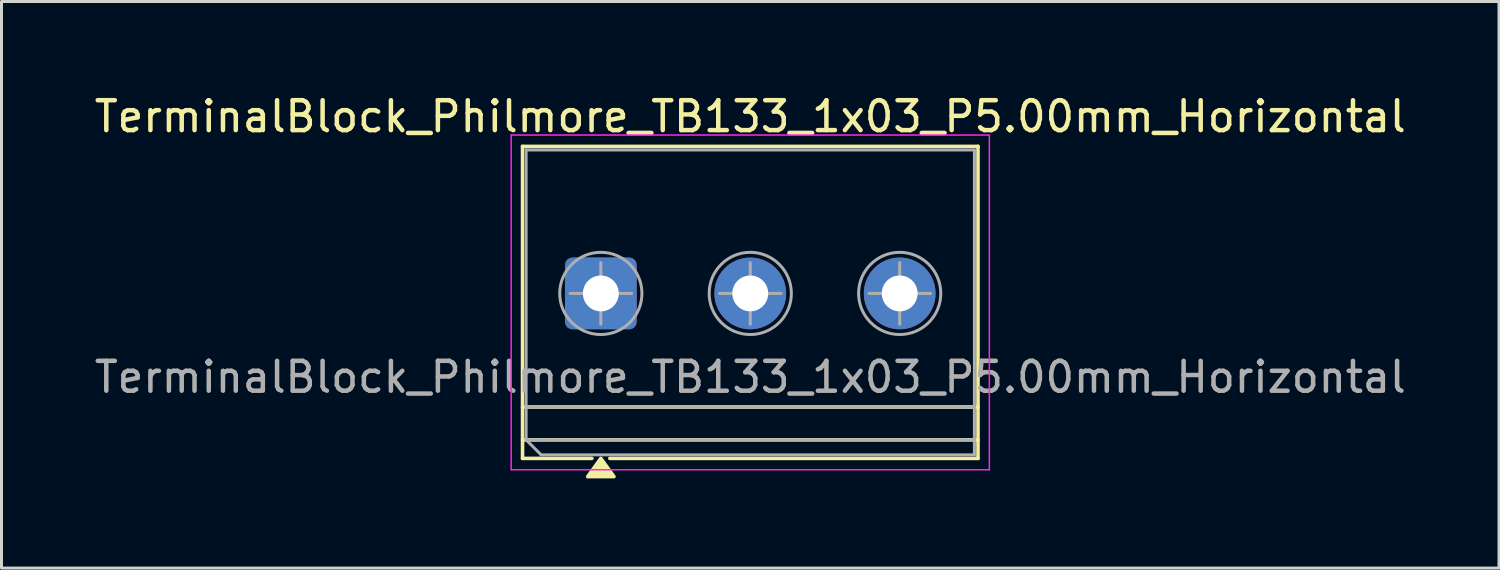
<source format=kicad_pcb>
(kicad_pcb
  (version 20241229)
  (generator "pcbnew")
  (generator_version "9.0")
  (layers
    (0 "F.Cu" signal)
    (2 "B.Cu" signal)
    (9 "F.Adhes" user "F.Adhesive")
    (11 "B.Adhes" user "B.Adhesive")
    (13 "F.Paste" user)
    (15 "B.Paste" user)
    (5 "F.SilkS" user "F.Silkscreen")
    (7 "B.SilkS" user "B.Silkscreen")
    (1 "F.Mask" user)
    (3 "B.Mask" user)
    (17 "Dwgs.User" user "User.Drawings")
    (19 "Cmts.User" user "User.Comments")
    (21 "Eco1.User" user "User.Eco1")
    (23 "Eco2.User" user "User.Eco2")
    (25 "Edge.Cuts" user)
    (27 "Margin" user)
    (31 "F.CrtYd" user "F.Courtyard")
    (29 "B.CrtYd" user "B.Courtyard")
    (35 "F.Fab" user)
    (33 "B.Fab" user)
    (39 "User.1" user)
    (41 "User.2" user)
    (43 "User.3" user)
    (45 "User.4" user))
  (footprint "TerminalBlock_Philmore_TB133_1x03_P5.00mm_Horizontal"
    (layer "F.Cu")
    (at 17.054 6.768)
    (property "Reference" "TerminalBlock_Philmore_TB133_1x03_P5.00mm_Horizontal" (at 5 -5.92 0) (layer "F.SilkS") (effects (font (size 1 1) (thickness 0.15))))
    (attr through_hole)
    (fp_line (start -2.62 -4.92) (end -2.62 5.52) (stroke (width 0.12) (type solid)) (layer "F.SilkS"))
    (fp_line (start -2.62 -4.92) (end 12.62 -4.92) (stroke (width 0.12) (type solid)) (layer "F.SilkS"))
    (fp_line (start -2.62 3.8) (end 12.62 3.8) (stroke (width 0.12) (type solid)) (layer "F.SilkS"))
    (fp_line (start -2.62 4.9) (end 12.62 4.9) (stroke (width 0.12) (type solid)) (layer "F.SilkS"))
    (fp_line (start -2.62 5.52) (end -0.3 5.52) (stroke (width 0.12) (type solid)) (layer "F.SilkS"))
    (fp_line (start 0.3 5.52) (end 12.62 5.52) (stroke (width 0.12) (type solid)) (layer "F.SilkS"))
    (fp_line (start 12.62 -4.92) (end 12.62 5.52) (stroke (width 0.12) (type solid)) (layer "F.SilkS"))
    (fp_poly (pts (xy 0 5.52) (xy 0.44 6.13) (xy -0.44 6.13)) (stroke (width 0.12) (type solid)) (fill yes) (layer "F.SilkS"))
    (fp_line (start -3 -5.3) (end -3 5.9) (stroke (width 0.05) (type solid)) (layer "F.CrtYd"))
    (fp_line (start -3 5.9) (end 13 5.9) (stroke (width 0.05) (type solid)) (layer "F.CrtYd"))
    (fp_line (start 13 -5.3) (end -3 -5.3) (stroke (width 0.05) (type solid)) (layer "F.CrtYd"))
    (fp_line (start 13 5.9) (end 13 -5.3) (stroke (width 0.05) (type solid)) (layer "F.CrtYd"))
    (fp_line (start -2.5 -4.8) (end 12.5 -4.8) (stroke (width 0.1) (type solid)) (layer "F.Fab"))
    (fp_line (start -2.5 3.8) (end 12.5 3.8) (stroke (width 0.1) (type solid)) (layer "F.Fab"))
    (fp_line (start -2.5 4.9) (end -2.5 -4.8) (stroke (width 0.1) (type solid)) (layer "F.Fab"))
    (fp_line (start -2.5 4.9) (end 12.5 4.9) (stroke (width 0.1) (type solid)) (layer "F.Fab"))
    (fp_line (start -2 5.4) (end -2.5 4.9) (stroke (width 0.1) (type solid)) (layer "F.Fab"))
    (fp_line (start -1.031 0) (end 1.031 0) (stroke (width 0.1) (type solid)) (layer "F.Fab"))
    (fp_line (start 0 -1.031) (end 0 1.031) (stroke (width 0.1) (type solid)) (layer "F.Fab"))
    (fp_line (start 3.969 0) (end 6.031 0) (stroke (width 0.1) (type solid)) (layer "F.Fab"))
    (fp_line (start 5 -1.031) (end 5 1.031) (stroke (width 0.1) (type solid)) (layer "F.Fab"))
    (fp_line (start 8.969 0) (end 11.031 0) (stroke (width 0.1) (type solid)) (layer "F.Fab"))
    (fp_line (start 10 -1.031) (end 10 1.031) (stroke (width 0.1) (type solid)) (layer "F.Fab"))
    (fp_line (start 12.5 -4.8) (end 12.5 5.4) (stroke (width 0.1) (type solid)) (layer "F.Fab"))
    (fp_line (start 12.5 5.4) (end -2 5.4) (stroke (width 0.1) (type solid)) (layer "F.Fab"))
    (fp_circle (center 0 0) (end 1.375 0) (stroke (width 0.1) (type solid)) (fill no) (layer "F.Fab"))
    (fp_circle (center 5 0) (end 6.375 0) (stroke (width 0.1) (type solid)) (fill no) (layer "F.Fab"))
    (fp_circle (center 10 0) (end 11.375 0) (stroke (width 0.1) (type solid)) (fill no) (layer "F.Fab"))
    (fp_text user "${REFERENCE}" (at 5 2.8 0) (layer "F.Fab") (effects (font (size 1 1) (thickness 0.15))))
    (pad "1" thru_hole roundrect (at 0 0) (size 2.4 2.4) (drill 1.2) (layers "*.Cu" "*.Mask") (roundrect_rratio 0.104))
    (pad "2" thru_hole circle (at 5 0) (size 2.4 2.4) (drill 1.2) (layers "*.Cu" "*.Mask"))
    (pad "3" thru_hole circle (at 10 0) (size 2.4 2.4) (drill 1.2) (layers "*.Cu" "*.Mask")))
  (gr_rect
    (start -3 -3)
    (end 47.107 15.958)
    (stroke (width 0.1) (type default))
    (fill no)
    (layer "Edge.Cuts")))
</source>
